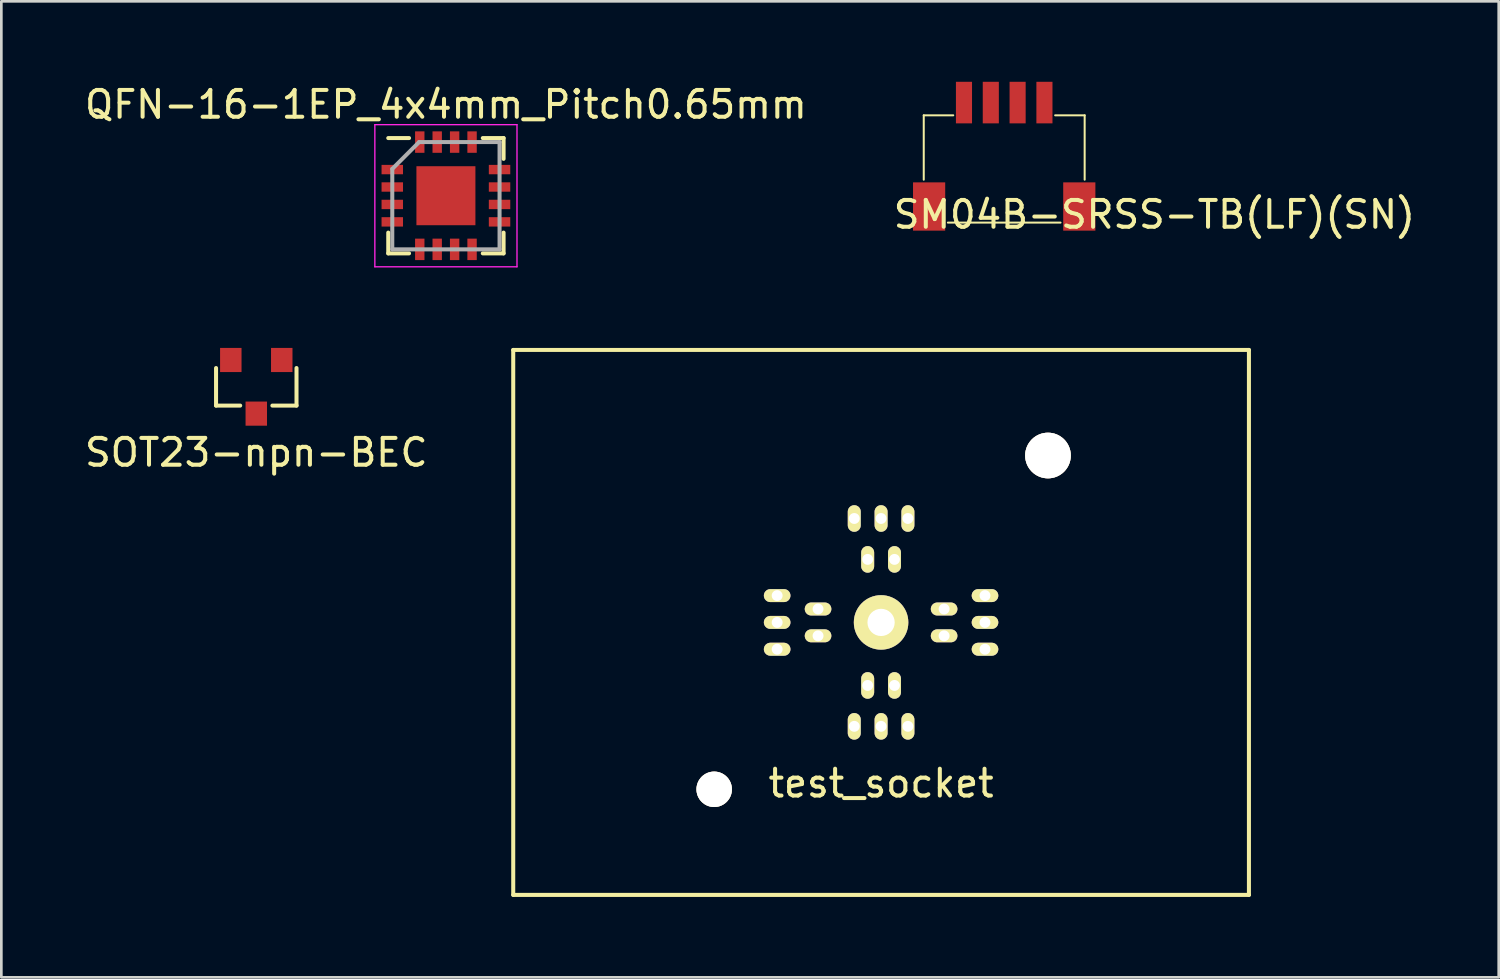
<source format=kicad_pcb>
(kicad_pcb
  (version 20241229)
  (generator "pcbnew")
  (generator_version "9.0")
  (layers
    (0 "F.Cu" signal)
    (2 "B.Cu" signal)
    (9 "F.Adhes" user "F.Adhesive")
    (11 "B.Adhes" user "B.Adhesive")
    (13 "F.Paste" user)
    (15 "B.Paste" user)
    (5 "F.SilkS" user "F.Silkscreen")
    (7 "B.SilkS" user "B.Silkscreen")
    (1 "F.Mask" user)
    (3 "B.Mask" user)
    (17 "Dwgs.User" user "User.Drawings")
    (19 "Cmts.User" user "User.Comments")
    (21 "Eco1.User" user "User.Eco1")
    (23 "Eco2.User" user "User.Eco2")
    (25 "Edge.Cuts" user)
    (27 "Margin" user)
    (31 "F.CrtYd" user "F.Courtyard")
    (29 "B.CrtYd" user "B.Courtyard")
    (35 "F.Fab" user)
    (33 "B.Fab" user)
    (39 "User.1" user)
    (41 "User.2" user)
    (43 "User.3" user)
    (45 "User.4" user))
  (footprint "test_socket"
    (layer "F.Cu")
    (at 29.803 20.158)
    (property "Reference" "test_socket" (at 0 6 0) (layer "F.SilkS") (effects (font (size 1 1) (thickness 0.15))))
    (attr through_hole)
    (fp_line (start -13.716 -10.16) (end 13.716 -10.16) (stroke (width 0.15) (type solid)) (layer "F.SilkS"))
    (fp_line (start -13.716 10.16) (end -13.716 -10.16) (stroke (width 0.15) (type solid)) (layer "F.SilkS"))
    (fp_line (start 13.716 -10.16) (end 13.716 10.16) (stroke (width 0.15) (type solid)) (layer "F.SilkS"))
    (fp_line (start 13.716 10.16) (end -13.716 10.16) (stroke (width 0.15) (type solid)) (layer "F.SilkS"))
    (pad "1" thru_hole oval (at 1 -3.875) (size 0.483 0.991) (drill 0.406) (layers "*.Cu" "*.Mask" "F.SilkS"))
    (pad "2" thru_hole oval (at 0.5 -2.35) (size 0.483 0.991) (drill 0.406) (layers "*.Cu" "*.Mask" "F.SilkS"))
    (pad "3" thru_hole oval (at 0 -3.875) (size 0.483 0.991) (drill 0.406) (layers "*.Cu" "*.Mask" "F.SilkS"))
    (pad "4" thru_hole oval (at -0.5 -2.35) (size 0.483 0.991) (drill 0.406) (layers "*.Cu" "*.Mask" "F.SilkS"))
    (pad "5" thru_hole oval (at -1 -3.875) (size 0.483 0.991) (drill 0.406) (layers "*.Cu" "*.Mask" "F.SilkS"))
    (pad "6" thru_hole oval (at -3.875 -1) (size 0.991 0.483) (drill 0.406) (layers "*.Cu" "*.Mask" "F.SilkS"))
    (pad "7" thru_hole oval (at -2.35 -0.5) (size 0.991 0.483) (drill 0.406) (layers "*.Cu" "*.Mask" "F.SilkS"))
    (pad "8" thru_hole oval (at -3.875 0) (size 0.991 0.483) (drill 0.406) (layers "*.Cu" "*.Mask" "F.SilkS"))
    (pad "9" thru_hole oval (at -2.35 0.5) (size 0.991 0.483) (drill 0.406) (layers "*.Cu" "*.Mask" "F.SilkS"))
    (pad "10" thru_hole oval (at -3.875 1) (size 0.991 0.483) (drill 0.406) (layers "*.Cu" "*.Mask" "F.SilkS"))
    (pad "11" thru_hole oval (at -1 3.875) (size 0.483 0.991) (drill 0.406) (layers "*.Cu" "*.Mask" "F.SilkS"))
    (pad "12" thru_hole oval (at -0.5 2.35) (size 0.483 0.991) (drill 0.406) (layers "*.Cu" "*.Mask" "F.SilkS"))
    (pad "13" thru_hole oval (at 0 3.875) (size 0.483 0.991) (drill 0.406) (layers "*.Cu" "*.Mask" "F.SilkS"))
    (pad "14" thru_hole oval (at 0.5 2.35) (size 0.483 0.991) (drill 0.406) (layers "*.Cu" "*.Mask" "F.SilkS"))
    (pad "15" thru_hole oval (at 1 3.875) (size 0.483 0.991) (drill 0.406) (layers "*.Cu" "*.Mask" "F.SilkS"))
    (pad "16" thru_hole oval (at 3.875 1) (size 0.991 0.483) (drill 0.406) (layers "*.Cu" "*.Mask" "F.SilkS"))
    (pad "17" thru_hole oval (at 2.35 0.5) (size 0.991 0.483) (drill 0.406) (layers "*.Cu" "*.Mask" "F.SilkS"))
    (pad "18" thru_hole oval (at 3.875 0) (size 0.991 0.483) (drill 0.406) (layers "*.Cu" "*.Mask" "F.SilkS"))
    (pad "19" thru_hole oval (at 2.35 -0.5) (size 0.991 0.483) (drill 0.406) (layers "*.Cu" "*.Mask" "F.SilkS"))
    (pad "20" thru_hole oval (at 3.875 -1) (size 0.991 0.483) (drill 0.406) (layers "*.Cu" "*.Mask" "F.SilkS"))
    (pad "21" thru_hole circle (at 0 0) (size 2.032 2.032) (drill 1.016) (layers "*.Cu" "*.Mask" "F.SilkS"))
    (pad "22" thru_hole circle (at -6.223 6.223) (size 1.321 1.321) (drill 1.321) (layers "*.Cu" "*.Mask" "F.SilkS"))
    (pad "23" thru_hole circle (at 6.223 -6.223) (size 1.702 1.702) (drill 1.702) (layers "*.Cu" "*.Mask" "F.SilkS")))
  (footprint "SOT23-npn-BEC"
    (layer "F.Cu")
    (at 6.506 11.373)
    (property "Reference" "SOT23-npn-BEC" (at 0 2.45 0) (layer "F.SilkS") (effects (font (size 1 1) (thickness 0.15))))
    (attr through_hole)
    (fp_line (start -1.5 0.7) (end -1.5 -0.7) (stroke (width 0.15) (type solid)) (layer "F.SilkS"))
    (fp_line (start -0.6 0.7) (end -1.5 0.7) (stroke (width 0.15) (type solid)) (layer "F.SilkS"))
    (fp_line (start 0.6 0.7) (end 1.5 0.7) (stroke (width 0.15) (type solid)) (layer "F.SilkS"))
    (fp_line (start 1.5 -0.7) (end 1.5 0.7) (stroke (width 0.15) (type solid)) (layer "F.SilkS"))
    (pad "1" smd rect (at 0.95 -1) (size 0.8 0.9) (layers "F.Cu" "F.Mask" "F.Paste"))
    (pad "2" smd rect (at -0.95 -1) (size 0.8 0.9) (layers "F.Cu" "F.Mask" "F.Paste"))
    (pad "3" smd rect (at 0 1) (size 0.8 0.9) (layers "F.Cu" "F.Mask" "F.Paste")))
  (footprint "QFN-16-1EP_4x4mm_Pitch0.65mm"
    (layer "F.Cu")
    (at 13.577 4.248)
    (property "Reference" "QFN-16-1EP_4x4mm_Pitch0.65mm" (at 0 -3.4 0) (layer "F.SilkS") (effects (font (size 1 1) (thickness 0.15))))
    (attr smd)
    (fp_line (start -2.15 -2.15) (end -1.375 -2.15) (stroke (width 0.15) (type solid)) (layer "F.SilkS"))
    (fp_line (start -2.15 2.15) (end -2.15 1.375) (stroke (width 0.15) (type solid)) (layer "F.SilkS"))
    (fp_line (start -2.15 2.15) (end -1.375 2.15) (stroke (width 0.15) (type solid)) (layer "F.SilkS"))
    (fp_line (start 2.15 -2.15) (end 1.375 -2.15) (stroke (width 0.15) (type solid)) (layer "F.SilkS"))
    (fp_line (start 2.15 -2.15) (end 2.15 -1.375) (stroke (width 0.15) (type solid)) (layer "F.SilkS"))
    (fp_line (start 2.15 2.15) (end 1.375 2.15) (stroke (width 0.15) (type solid)) (layer "F.SilkS"))
    (fp_line (start 2.15 2.15) (end 2.15 1.375) (stroke (width 0.15) (type solid)) (layer "F.SilkS"))
    (fp_line (start -2.65 -2.65) (end -2.65 2.65) (stroke (width 0.05) (type solid)) (layer "F.CrtYd"))
    (fp_line (start -2.65 -2.65) (end 2.65 -2.65) (stroke (width 0.05) (type solid)) (layer "F.CrtYd"))
    (fp_line (start -2.65 2.65) (end 2.65 2.65) (stroke (width 0.05) (type solid)) (layer "F.CrtYd"))
    (fp_line (start 2.65 -2.65) (end 2.65 2.65) (stroke (width 0.05) (type solid)) (layer "F.CrtYd"))
    (fp_line (start -2 -1) (end -1 -2) (stroke (width 0.15) (type solid)) (layer "F.Fab"))
    (fp_line (start -2 2) (end -2 -1) (stroke (width 0.15) (type solid)) (layer "F.Fab"))
    (fp_line (start -1 -2) (end 2 -2) (stroke (width 0.15) (type solid)) (layer "F.Fab"))
    (fp_line (start 2 -2) (end 2 2) (stroke (width 0.15) (type solid)) (layer "F.Fab"))
    (fp_line (start 2 2) (end -2 2) (stroke (width 0.15) (type solid)) (layer "F.Fab"))
    (pad "1" smd rect (at -2 -0.975) (size 0.8 0.35) (layers "F.Cu" "F.Mask" "F.Paste"))
    (pad "2" smd rect (at -2 -0.325) (size 0.8 0.35) (layers "F.Cu" "F.Mask" "F.Paste"))
    (pad "3" smd rect (at -2 0.325) (size 0.8 0.35) (layers "F.Cu" "F.Mask" "F.Paste"))
    (pad "4" smd rect (at -2 0.975) (size 0.8 0.35) (layers "F.Cu" "F.Mask" "F.Paste"))
    (pad "5" smd rect (at -0.975 2 90) (size 0.8 0.35) (layers "F.Cu" "F.Mask" "F.Paste"))
    (pad "6" smd rect (at -0.325 2 90) (size 0.8 0.35) (layers "F.Cu" "F.Mask" "F.Paste"))
    (pad "7" smd rect (at 0.325 2 90) (size 0.8 0.35) (layers "F.Cu" "F.Mask" "F.Paste"))
    (pad "8" smd rect (at 0.975 2 90) (size 0.8 0.35) (layers "F.Cu" "F.Mask" "F.Paste"))
    (pad "9" smd rect (at 2 0.975) (size 0.8 0.35) (layers "F.Cu" "F.Mask" "F.Paste"))
    (pad "10" smd rect (at 2 0.325) (size 0.8 0.35) (layers "F.Cu" "F.Mask" "F.Paste"))
    (pad "11" smd rect (at 2 -0.325) (size 0.8 0.35) (layers "F.Cu" "F.Mask" "F.Paste"))
    (pad "12" smd rect (at 2 -0.975) (size 0.8 0.35) (layers "F.Cu" "F.Mask" "F.Paste"))
    (pad "13" smd rect (at 0.975 -2 90) (size 0.8 0.35) (layers "F.Cu" "F.Mask" "F.Paste"))
    (pad "14" smd rect (at 0.325 -2 90) (size 0.8 0.35) (layers "F.Cu" "F.Mask" "F.Paste"))
    (pad "15" smd rect (at -0.325 -2 90) (size 0.8 0.35) (layers "F.Cu" "F.Mask" "F.Paste"))
    (pad "16" smd rect (at -0.975 -2 90) (size 0.8 0.35) (layers "F.Cu" "F.Mask" "F.Paste"))
    (pad "17" smd rect (at 0 0) (size 2.2 2.2) (layers "F.Cu" "F.Mask" "F.Paste")))
  (footprint "SM04B-SRSS-TB(LF)(SN)"
    (layer "F.Cu")
    (at 34.394 5.55)
    (property "Reference" "SM04B-SRSS-TB(LF)(SN)" (at 5.6 -0.6 0) (layer "F.SilkS") (effects (font (size 1 1) (thickness 0.15))))
    (attr through_hole)
    (fp_line (start -3 -4.3) (end -1.9 -4.3) (stroke (width 0.075) (type solid)) (layer "F.SilkS"))
    (fp_line (start -3 -1.9) (end -3 -4.3) (stroke (width 0.075) (type solid)) (layer "F.SilkS"))
    (fp_line (start -2.1 -0.3) (end 2.1 -0.3) (stroke (width 0.075) (type solid)) (layer "F.SilkS"))
    (fp_line (start 1.9 -4.3) (end 3 -4.3) (stroke (width 0.075) (type solid)) (layer "F.SilkS"))
    (fp_line (start 3 -4.3) (end 3 -1.9) (stroke (width 0.075) (type solid)) (layer "F.SilkS"))
    (pad "" smd rect (at -2.8 -0.9) (size 1.2 1.8) (layers "F.Cu" "F.Mask" "F.Paste"))
    (pad "" smd rect (at 2.8 -0.9) (size 1.2 1.8) (layers "F.Cu" "F.Mask" "F.Paste"))
    (pad "1" smd rect (at -1.5 -4.775) (size 0.6 1.55) (layers "F.Cu" "F.Mask" "F.Paste"))
    (pad "2" smd rect (at -0.5 -4.775) (size 0.6 1.55) (layers "F.Cu" "F.Mask" "F.Paste"))
    (pad "3" smd rect (at 0.5 -4.775) (size 0.6 1.55) (layers "F.Cu" "F.Mask" "F.Paste"))
    (pad "4" smd rect (at 1.5 -4.775) (size 0.6 1.55) (layers "F.Cu" "F.Mask" "F.Paste")))
  (gr_rect
    (start -3 -3)
    (end 52.833 33.393)
    (stroke (width 0.1) (type default))
    (fill no)
    (layer "Edge.Cuts")))
</source>
